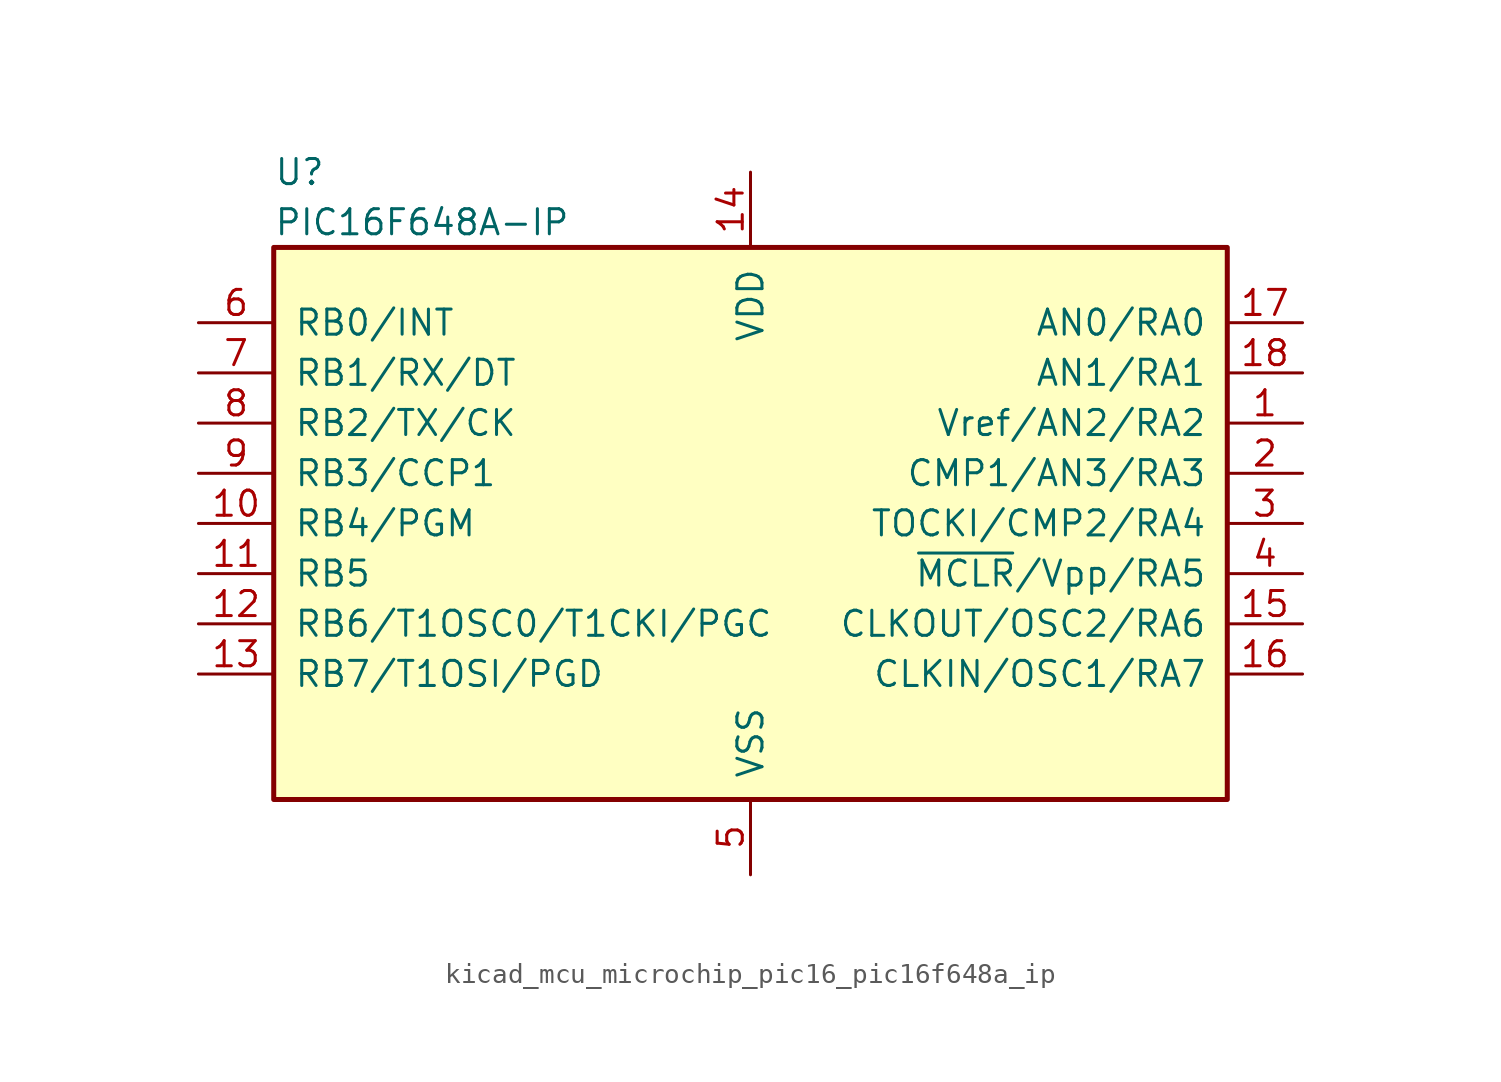
<source format=kicad_sym>
(kicad_symbol_lib
  (version 20220914)
  (generator kicad_symbol_editor)
  (symbol "kicad_mcu_microchip_pic16_pic16f648a_ip"
    (pin_names
      (offset 1.016))
    (property "Reference" "U"
      (at -24.13 17.78 0)
      (effects (font (size 1.27 1.27)) (justify left)))
    (property "Value" "PIC16F648A-IP"
      (at -24.13 15.24 0)
      (effects (font (size 1.27 1.27)) (justify left)))
    (symbol "kicad_mcu_microchip_pic16_pic16f648a_ip_0_1"
      (rectangle (start 24.13 13.97) (end -24.13 -13.97) (stroke (width 0.254) (type default)) (fill (type background))))
    (symbol "kicad_mcu_microchip_pic16_pic16f648a_ip_1_1"
      (pin bidirectional line (at 27.94 5.08 180) (length 3.81) (name "Vref/AN2/RA2" (effects (font (size 1.27 1.27)))) (number "1" (effects (font (size 1.27 1.27)))))
      (pin bidirectional line (at -27.94 0 0) (length 3.81) (name "RB4/PGM" (effects (font (size 1.27 1.27)))) (number "10" (effects (font (size 1.27 1.27)))))
      (pin bidirectional line (at -27.94 -2.54 0) (length 3.81) (name "RB5" (effects (font (size 1.27 1.27)))) (number "11" (effects (font (size 1.27 1.27)))))
      (pin bidirectional line (at -27.94 -5.08 0) (length 3.81) (name "RB6/T1OSC0/T1CKI/PGC" (effects (font (size 1.27 1.27)))) (number "12" (effects (font (size 1.27 1.27)))))
      (pin bidirectional line (at -27.94 -7.62 0) (length 3.81) (name "RB7/T1OSI/PGD" (effects (font (size 1.27 1.27)))) (number "13" (effects (font (size 1.27 1.27)))))
      (pin power_in line (at 0 17.78 270) (length 3.81) (name "VDD" (effects (font (size 1.27 1.27)))) (number "14" (effects (font (size 1.27 1.27)))))
      (pin bidirectional line (at 27.94 -5.08 180) (length 3.81) (name "CLKOUT/OSC2/RA6" (effects (font (size 1.27 1.27)))) (number "15" (effects (font (size 1.27 1.27)))))
      (pin bidirectional line (at 27.94 -7.62 180) (length 3.81) (name "CLKIN/OSC1/RA7" (effects (font (size 1.27 1.27)))) (number "16" (effects (font (size 1.27 1.27)))))
      (pin bidirectional line (at 27.94 10.16 180) (length 3.81) (name "AN0/RA0" (effects (font (size 1.27 1.27)))) (number "17" (effects (font (size 1.27 1.27)))))
      (pin bidirectional line (at 27.94 7.62 180) (length 3.81) (name "AN1/RA1" (effects (font (size 1.27 1.27)))) (number "18" (effects (font (size 1.27 1.27)))))
      (pin bidirectional line (at 27.94 2.54 180) (length 3.81) (name "CMP1/AN3/RA3" (effects (font (size 1.27 1.27)))) (number "2" (effects (font (size 1.27 1.27)))))
      (pin bidirectional line (at 27.94 0 180) (length 3.81) (name "TOCKI/CMP2/RA4" (effects (font (size 1.27 1.27)))) (number "3" (effects (font (size 1.27 1.27)))))
      (pin input line (at 27.94 -2.54 180) (length 3.81) (name "~{MCLR}/Vpp/RA5" (effects (font (size 1.27 1.27)))) (number "4" (effects (font (size 1.27 1.27)))))
      (pin power_in line (at 0 -17.78 90) (length 3.81) (name "VSS" (effects (font (size 1.27 1.27)))) (number "5" (effects (font (size 1.27 1.27)))))
      (pin bidirectional line (at -27.94 10.16 0) (length 3.81) (name "RB0/INT" (effects (font (size 1.27 1.27)))) (number "6" (effects (font (size 1.27 1.27)))))
      (pin bidirectional line (at -27.94 7.62 0) (length 3.81) (name "RB1/RX/DT" (effects (font (size 1.27 1.27)))) (number "7" (effects (font (size 1.27 1.27)))))
      (pin bidirectional line (at -27.94 5.08 0) (length 3.81) (name "RB2/TX/CK" (effects (font (size 1.27 1.27)))) (number "8" (effects (font (size 1.27 1.27)))))
      (pin bidirectional line (at -27.94 2.54 0) (length 3.81) (name "RB3/CCP1" (effects (font (size 1.27 1.27)))) (number "9" (effects (font (size 1.27 1.27))))))))
</source>
